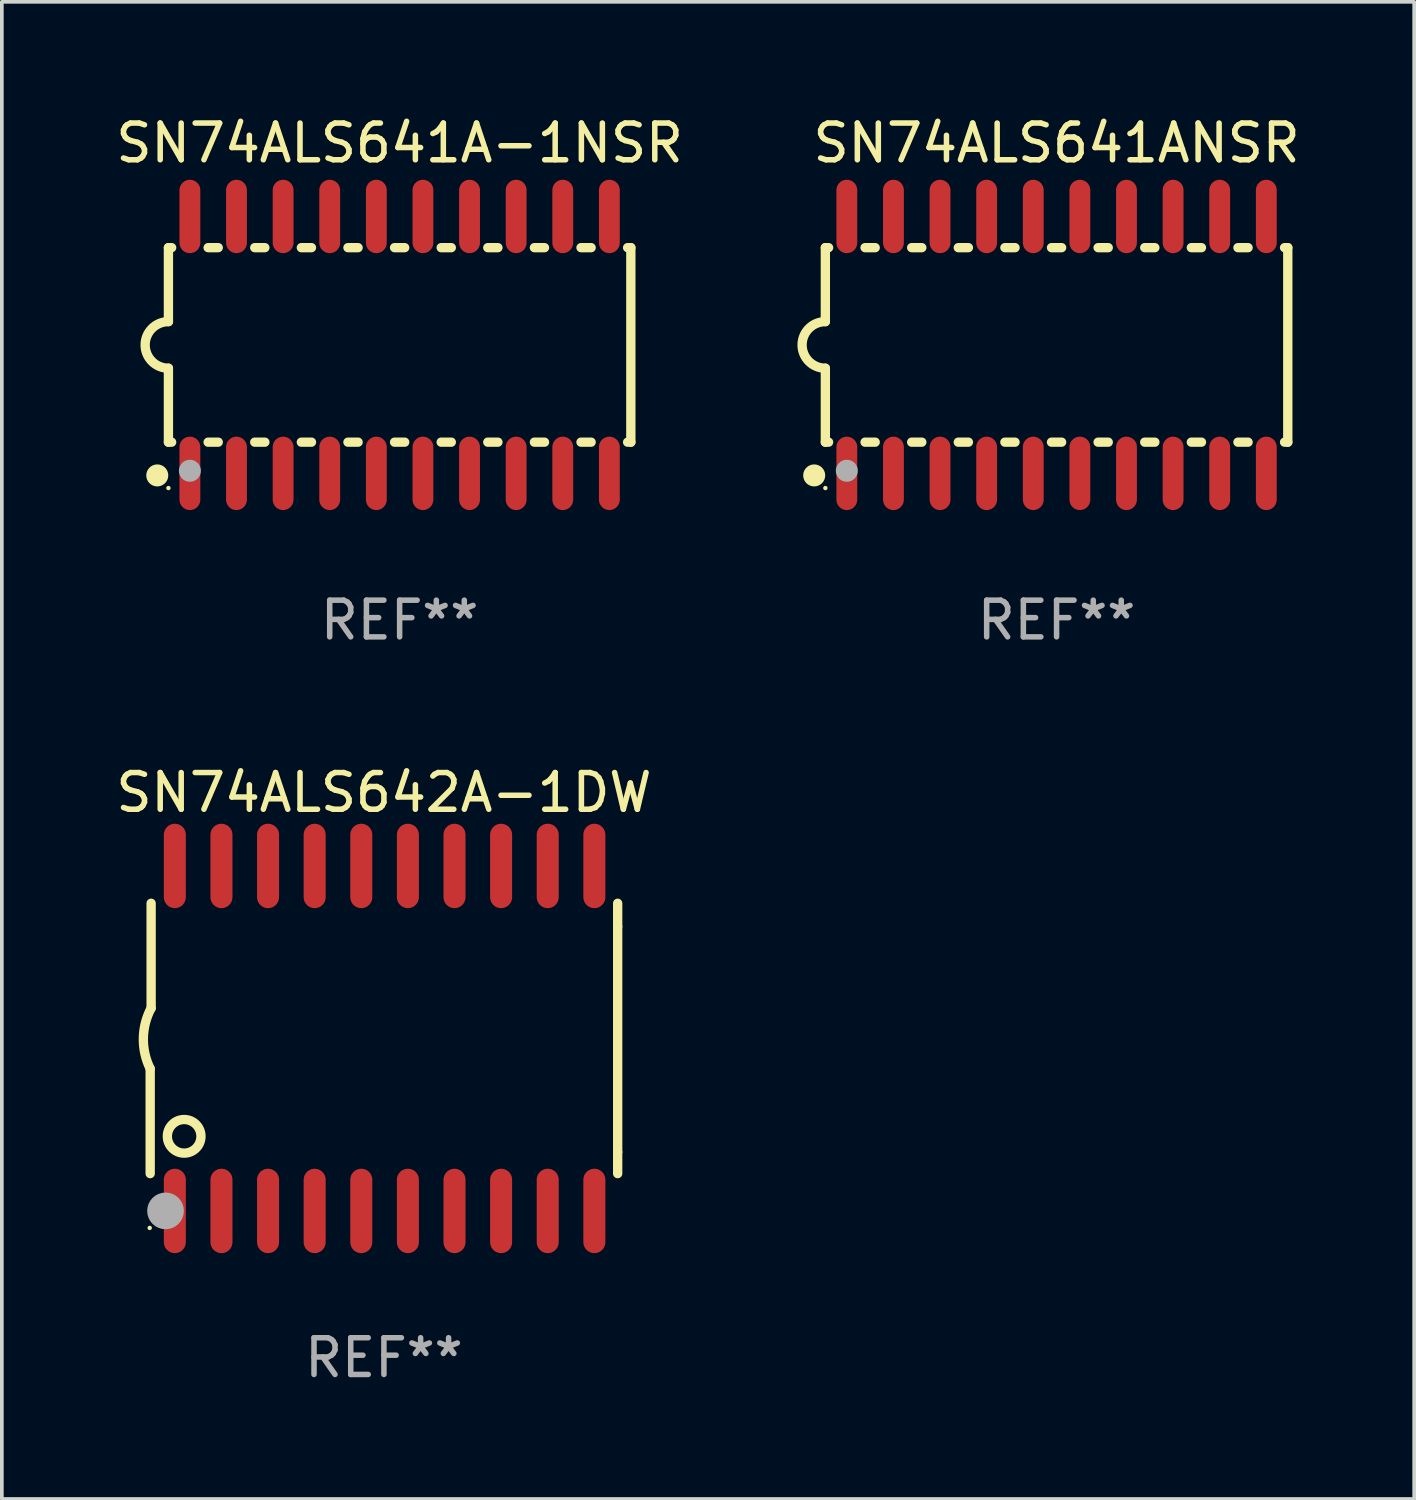
<source format=kicad_pcb>
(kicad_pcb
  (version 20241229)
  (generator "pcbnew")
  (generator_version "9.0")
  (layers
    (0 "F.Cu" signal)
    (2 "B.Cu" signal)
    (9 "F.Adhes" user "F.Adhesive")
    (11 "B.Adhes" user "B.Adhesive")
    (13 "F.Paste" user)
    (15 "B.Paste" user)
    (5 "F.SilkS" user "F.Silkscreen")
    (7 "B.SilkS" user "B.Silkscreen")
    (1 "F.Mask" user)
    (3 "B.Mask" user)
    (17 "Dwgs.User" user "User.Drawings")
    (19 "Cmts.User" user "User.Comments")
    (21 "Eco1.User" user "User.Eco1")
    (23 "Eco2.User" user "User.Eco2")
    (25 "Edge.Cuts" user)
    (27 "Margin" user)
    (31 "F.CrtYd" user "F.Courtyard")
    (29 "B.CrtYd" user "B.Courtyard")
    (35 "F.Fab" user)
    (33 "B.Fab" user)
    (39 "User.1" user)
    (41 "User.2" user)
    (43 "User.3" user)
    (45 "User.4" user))
  (footprint "SN74ALS641A-1NSR"
    (layer "F.Cu")
    (at 7.839 6.348)
    (property "Reference" "SN74ALS641A-1NSR" (at 0 -5.5 0) (layer "F.SilkS") (effects (font (size 1 1) (thickness 0.15))))
    (attr through_hole)
    (fp_line (start -6.3 -2.65) (end -6.3 -0.635) (stroke (width 0.254) (type solid)) (layer "F.SilkS"))
    (fp_line (start -6.3 -2.65) (end -6.212 -2.65) (stroke (width 0.254) (type solid)) (layer "F.SilkS"))
    (fp_line (start -6.3 2.65) (end -6.3 0.635) (stroke (width 0.254) (type solid)) (layer "F.SilkS"))
    (fp_line (start -6.3 2.65) (end -6.212 2.65) (stroke (width 0.254) (type solid)) (layer "F.SilkS"))
    (fp_line (start -5.218 -2.65) (end -4.942 -2.65) (stroke (width 0.254) (type solid)) (layer "F.SilkS"))
    (fp_line (start -5.218 2.65) (end -4.942 2.65) (stroke (width 0.254) (type solid)) (layer "F.SilkS"))
    (fp_line (start -3.948 -2.65) (end -3.672 -2.65) (stroke (width 0.254) (type solid)) (layer "F.SilkS"))
    (fp_line (start -3.948 2.65) (end -3.672 2.65) (stroke (width 0.254) (type solid)) (layer "F.SilkS"))
    (fp_line (start -2.678 -2.65) (end -2.402 -2.65) (stroke (width 0.254) (type solid)) (layer "F.SilkS"))
    (fp_line (start -2.678 2.65) (end -2.402 2.65) (stroke (width 0.254) (type solid)) (layer "F.SilkS"))
    (fp_line (start -1.408 -2.65) (end -1.132 -2.65) (stroke (width 0.254) (type solid)) (layer "F.SilkS"))
    (fp_line (start -1.408 2.65) (end -1.132 2.65) (stroke (width 0.254) (type solid)) (layer "F.SilkS"))
    (fp_line (start -0.138 -2.65) (end 0.138 -2.65) (stroke (width 0.254) (type solid)) (layer "F.SilkS"))
    (fp_line (start -0.138 2.65) (end 0.138 2.65) (stroke (width 0.254) (type solid)) (layer "F.SilkS"))
    (fp_line (start 1.132 -2.65) (end 1.408 -2.65) (stroke (width 0.254) (type solid)) (layer "F.SilkS"))
    (fp_line (start 1.132 2.65) (end 1.408 2.65) (stroke (width 0.254) (type solid)) (layer "F.SilkS"))
    (fp_line (start 2.402 -2.65) (end 2.678 -2.65) (stroke (width 0.254) (type solid)) (layer "F.SilkS"))
    (fp_line (start 2.402 2.65) (end 2.678 2.65) (stroke (width 0.254) (type solid)) (layer "F.SilkS"))
    (fp_line (start 3.672 -2.65) (end 3.948 -2.65) (stroke (width 0.254) (type solid)) (layer "F.SilkS"))
    (fp_line (start 3.672 2.65) (end 3.948 2.65) (stroke (width 0.254) (type solid)) (layer "F.SilkS"))
    (fp_line (start 4.942 -2.65) (end 5.218 -2.65) (stroke (width 0.254) (type solid)) (layer "F.SilkS"))
    (fp_line (start 4.942 2.65) (end 5.218 2.65) (stroke (width 0.254) (type solid)) (layer "F.SilkS"))
    (fp_line (start 6.212 -2.65) (end 6.3 -2.65) (stroke (width 0.254) (type solid)) (layer "F.SilkS"))
    (fp_line (start 6.212 2.65) (end 6.3 2.65) (stroke (width 0.254) (type solid)) (layer "F.SilkS"))
    (fp_line (start 6.3 -2.65) (end 6.3 2.65) (stroke (width 0.254) (type solid)) (layer "F.SilkS"))
    (fp_arc (start -6.299975 0.634874) (mid -6.933579 0.000127) (end -6.299213 -0.633858) (stroke (width 0.254001) (type solid)) (layer "F.SilkS"))
    (fp_circle (center -6.604 3.556) (end -6.454 3.556) (stroke (width 0.3) (type solid)) (fill no) (layer "F.SilkS"))
    (fp_circle (center -6.3 3.9) (end -6.27 3.9) (stroke (width 0.06) (type solid)) (fill no) (layer "F.SilkS"))
    (fp_circle (center -5.715 3.429) (end -5.565 3.429) (stroke (width 0.3) (type solid)) (fill no) (layer "F.Fab"))
    (fp_text user "REF**" (at 0 7.5 0) (layer "F.Fab") (effects (font (size 1 1) (thickness 0.15))))
    (pad "1" smd oval (at -5.715 3.5) (size 0.568 2) (layers "F.Cu" "F.Mask" "F.Paste"))
    (pad "2" smd oval (at -4.445 3.5) (size 0.568 2) (layers "F.Cu" "F.Mask" "F.Paste"))
    (pad "3" smd oval (at -3.175 3.5) (size 0.568 2) (layers "F.Cu" "F.Mask" "F.Paste"))
    (pad "4" smd oval (at -1.905 3.5) (size 0.568 2) (layers "F.Cu" "F.Mask" "F.Paste"))
    (pad "5" smd oval (at -0.635 3.5) (size 0.568 2) (layers "F.Cu" "F.Mask" "F.Paste"))
    (pad "6" smd oval (at 0.635 3.5) (size 0.568 2) (layers "F.Cu" "F.Mask" "F.Paste"))
    (pad "7" smd oval (at 1.905 3.5) (size 0.568 2) (layers "F.Cu" "F.Mask" "F.Paste"))
    (pad "8" smd oval (at 3.175 3.5) (size 0.568 2) (layers "F.Cu" "F.Mask" "F.Paste"))
    (pad "9" smd oval (at 4.445 3.5) (size 0.568 2) (layers "F.Cu" "F.Mask" "F.Paste"))
    (pad "10" smd oval (at 5.715 3.5) (size 0.568 2) (layers "F.Cu" "F.Mask" "F.Paste"))
    (pad "11" smd oval (at 5.715 -3.5) (size 0.568 2) (layers "F.Cu" "F.Mask" "F.Paste"))
    (pad "12" smd oval (at 4.445 -3.5) (size 0.568 2) (layers "F.Cu" "F.Mask" "F.Paste"))
    (pad "13" smd oval (at 3.175 -3.5) (size 0.568 2) (layers "F.Cu" "F.Mask" "F.Paste"))
    (pad "14" smd oval (at 1.905 -3.5) (size 0.568 2) (layers "F.Cu" "F.Mask" "F.Paste"))
    (pad "15" smd oval (at 0.635 -3.5) (size 0.568 2) (layers "F.Cu" "F.Mask" "F.Paste"))
    (pad "16" smd oval (at -0.635 -3.5) (size 0.568 2) (layers "F.Cu" "F.Mask" "F.Paste"))
    (pad "17" smd oval (at -1.905 -3.5) (size 0.568 2) (layers "F.Cu" "F.Mask" "F.Paste"))
    (pad "18" smd oval (at -3.175 -3.5) (size 0.568 2) (layers "F.Cu" "F.Mask" "F.Paste"))
    (pad "19" smd oval (at -4.445 -3.5) (size 0.568 2) (layers "F.Cu" "F.Mask" "F.Paste"))
    (pad "20" smd oval (at -5.715 -3.5) (size 0.568 2) (layers "F.Cu" "F.Mask" "F.Paste")))
  (footprint "SN74ALS641ANSR"
    (layer "F.Cu")
    (at 25.739 6.348)
    (property "Reference" "SN74ALS641ANSR" (at 0 -5.5 0) (layer "F.SilkS") (effects (font (size 1 1) (thickness 0.15))))
    (attr through_hole)
    (fp_line (start -6.3 -2.65) (end -6.3 -0.635) (stroke (width 0.254) (type solid)) (layer "F.SilkS"))
    (fp_line (start -6.3 -2.65) (end -6.212 -2.65) (stroke (width 0.254) (type solid)) (layer "F.SilkS"))
    (fp_line (start -6.3 2.65) (end -6.3 0.635) (stroke (width 0.254) (type solid)) (layer "F.SilkS"))
    (fp_line (start -6.3 2.65) (end -6.212 2.65) (stroke (width 0.254) (type solid)) (layer "F.SilkS"))
    (fp_line (start -5.218 -2.65) (end -4.942 -2.65) (stroke (width 0.254) (type solid)) (layer "F.SilkS"))
    (fp_line (start -5.218 2.65) (end -4.942 2.65) (stroke (width 0.254) (type solid)) (layer "F.SilkS"))
    (fp_line (start -3.948 -2.65) (end -3.672 -2.65) (stroke (width 0.254) (type solid)) (layer "F.SilkS"))
    (fp_line (start -3.948 2.65) (end -3.672 2.65) (stroke (width 0.254) (type solid)) (layer "F.SilkS"))
    (fp_line (start -2.678 -2.65) (end -2.402 -2.65) (stroke (width 0.254) (type solid)) (layer "F.SilkS"))
    (fp_line (start -2.678 2.65) (end -2.402 2.65) (stroke (width 0.254) (type solid)) (layer "F.SilkS"))
    (fp_line (start -1.408 -2.65) (end -1.132 -2.65) (stroke (width 0.254) (type solid)) (layer "F.SilkS"))
    (fp_line (start -1.408 2.65) (end -1.132 2.65) (stroke (width 0.254) (type solid)) (layer "F.SilkS"))
    (fp_line (start -0.138 -2.65) (end 0.138 -2.65) (stroke (width 0.254) (type solid)) (layer "F.SilkS"))
    (fp_line (start -0.138 2.65) (end 0.138 2.65) (stroke (width 0.254) (type solid)) (layer "F.SilkS"))
    (fp_line (start 1.132 -2.65) (end 1.408 -2.65) (stroke (width 0.254) (type solid)) (layer "F.SilkS"))
    (fp_line (start 1.132 2.65) (end 1.408 2.65) (stroke (width 0.254) (type solid)) (layer "F.SilkS"))
    (fp_line (start 2.402 -2.65) (end 2.678 -2.65) (stroke (width 0.254) (type solid)) (layer "F.SilkS"))
    (fp_line (start 2.402 2.65) (end 2.678 2.65) (stroke (width 0.254) (type solid)) (layer "F.SilkS"))
    (fp_line (start 3.672 -2.65) (end 3.948 -2.65) (stroke (width 0.254) (type solid)) (layer "F.SilkS"))
    (fp_line (start 3.672 2.65) (end 3.948 2.65) (stroke (width 0.254) (type solid)) (layer "F.SilkS"))
    (fp_line (start 4.942 -2.65) (end 5.218 -2.65) (stroke (width 0.254) (type solid)) (layer "F.SilkS"))
    (fp_line (start 4.942 2.65) (end 5.218 2.65) (stroke (width 0.254) (type solid)) (layer "F.SilkS"))
    (fp_line (start 6.212 -2.65) (end 6.3 -2.65) (stroke (width 0.254) (type solid)) (layer "F.SilkS"))
    (fp_line (start 6.212 2.65) (end 6.3 2.65) (stroke (width 0.254) (type solid)) (layer "F.SilkS"))
    (fp_line (start 6.3 -2.65) (end 6.3 2.65) (stroke (width 0.254) (type solid)) (layer "F.SilkS"))
    (fp_arc (start -6.299975 0.634874) (mid -6.933579 0.000127) (end -6.299213 -0.633858) (stroke (width 0.254001) (type solid)) (layer "F.SilkS"))
    (fp_circle (center -6.604 3.556) (end -6.454 3.556) (stroke (width 0.3) (type solid)) (fill no) (layer "F.SilkS"))
    (fp_circle (center -6.3 3.9) (end -6.27 3.9) (stroke (width 0.06) (type solid)) (fill no) (layer "F.SilkS"))
    (fp_circle (center -5.715 3.429) (end -5.565 3.429) (stroke (width 0.3) (type solid)) (fill no) (layer "F.Fab"))
    (fp_text user "REF**" (at 0 7.5 0) (layer "F.Fab") (effects (font (size 1 1) (thickness 0.15))))
    (pad "1" smd oval (at -5.715 3.5) (size 0.568 2) (layers "F.Cu" "F.Mask" "F.Paste"))
    (pad "2" smd oval (at -4.445 3.5) (size 0.568 2) (layers "F.Cu" "F.Mask" "F.Paste"))
    (pad "3" smd oval (at -3.175 3.5) (size 0.568 2) (layers "F.Cu" "F.Mask" "F.Paste"))
    (pad "4" smd oval (at -1.905 3.5) (size 0.568 2) (layers "F.Cu" "F.Mask" "F.Paste"))
    (pad "5" smd oval (at -0.635 3.5) (size 0.568 2) (layers "F.Cu" "F.Mask" "F.Paste"))
    (pad "6" smd oval (at 0.635 3.5) (size 0.568 2) (layers "F.Cu" "F.Mask" "F.Paste"))
    (pad "7" smd oval (at 1.905 3.5) (size 0.568 2) (layers "F.Cu" "F.Mask" "F.Paste"))
    (pad "8" smd oval (at 3.175 3.5) (size 0.568 2) (layers "F.Cu" "F.Mask" "F.Paste"))
    (pad "9" smd oval (at 4.445 3.5) (size 0.568 2) (layers "F.Cu" "F.Mask" "F.Paste"))
    (pad "10" smd oval (at 5.715 3.5) (size 0.568 2) (layers "F.Cu" "F.Mask" "F.Paste"))
    (pad "11" smd oval (at 5.715 -3.5) (size 0.568 2) (layers "F.Cu" "F.Mask" "F.Paste"))
    (pad "12" smd oval (at 4.445 -3.5) (size 0.568 2) (layers "F.Cu" "F.Mask" "F.Paste"))
    (pad "13" smd oval (at 3.175 -3.5) (size 0.568 2) (layers "F.Cu" "F.Mask" "F.Paste"))
    (pad "14" smd oval (at 1.905 -3.5) (size 0.568 2) (layers "F.Cu" "F.Mask" "F.Paste"))
    (pad "15" smd oval (at 0.635 -3.5) (size 0.568 2) (layers "F.Cu" "F.Mask" "F.Paste"))
    (pad "16" smd oval (at -0.635 -3.5) (size 0.568 2) (layers "F.Cu" "F.Mask" "F.Paste"))
    (pad "17" smd oval (at -1.905 -3.5) (size 0.568 2) (layers "F.Cu" "F.Mask" "F.Paste"))
    (pad "18" smd oval (at -3.175 -3.5) (size 0.568 2) (layers "F.Cu" "F.Mask" "F.Paste"))
    (pad "19" smd oval (at -4.445 -3.5) (size 0.568 2) (layers "F.Cu" "F.Mask" "F.Paste"))
    (pad "20" smd oval (at -5.715 -3.5) (size 0.568 2) (layers "F.Cu" "F.Mask" "F.Paste")))
  (footprint "SN74ALS642A-1DW"
    (layer "F.Cu")
    (at 7.411 25.245)
    (property "Reference" "SN74ALS642A-1DW" (at 0 -6.7 0) (layer "F.SilkS") (effects (font (size 1 1) (thickness 0.15))))
    (attr through_hole)
    (fp_line (start -6.369 0.826) (end -6.369 3.683) (stroke (width 0.254) (type solid)) (layer "F.SilkS"))
    (fp_line (start -6.343 -0.825) (end -6.343 -3.683) (stroke (width 0.254) (type solid)) (layer "F.SilkS"))
    (fp_line (start 6.369 -3.048) (end 6.369 -3.683) (stroke (width 0.254) (type solid)) (layer "F.SilkS"))
    (fp_line (start 6.369 -3.048) (end 6.369 3.096) (stroke (width 0.254) (type solid)) (layer "F.SilkS"))
    (fp_line (start 6.369 3.096) (end 6.369 3.683) (stroke (width 0.254) (type solid)) (layer "F.SilkS"))
    (fp_arc (start -6.36853 0.825552) (mid -6.554743 -0.00301) (end -6.343129 -0.825451) (stroke (width 0.254001) (type solid)) (layer "F.SilkS"))
    (fp_circle (center -6.382 5.163) (end -6.352 5.163) (stroke (width 0.06) (type solid)) (fill no) (layer "F.SilkS"))
    (fp_circle (center -5.443 2.667) (end -4.985 2.667) (stroke (width 0.254) (type solid)) (fill no) (layer "F.SilkS"))
    (fp_circle (center -5.951 4.699) (end -5.701 4.699) (stroke (width 0.5) (type solid)) (fill no) (layer "F.Fab"))
    (fp_text user "REF**" (at 0 8.7 0) (layer "F.Fab") (effects (font (size 1 1) (thickness 0.15))))
    (pad "1" smd oval (at -5.697 4.7 180) (size 0.6 2.3) (layers "F.Cu" "F.Mask" "F.Paste"))
    (pad "2" smd oval (at -4.427 4.7 180) (size 0.6 2.3) (layers "F.Cu" "F.Mask" "F.Paste"))
    (pad "3" smd oval (at -3.157 4.7 180) (size 0.6 2.3) (layers "F.Cu" "F.Mask" "F.Paste"))
    (pad "4" smd oval (at -1.887 4.7 180) (size 0.6 2.3) (layers "F.Cu" "F.Mask" "F.Paste"))
    (pad "5" smd oval (at -0.617 4.7 180) (size 0.6 2.3) (layers "F.Cu" "F.Mask" "F.Paste"))
    (pad "6" smd oval (at 0.653 4.7 180) (size 0.6 2.3) (layers "F.Cu" "F.Mask" "F.Paste"))
    (pad "7" smd oval (at 1.923 4.7 180) (size 0.6 2.3) (layers "F.Cu" "F.Mask" "F.Paste"))
    (pad "8" smd oval (at 3.193 4.7 180) (size 0.6 2.3) (layers "F.Cu" "F.Mask" "F.Paste"))
    (pad "9" smd oval (at 4.463 4.7 180) (size 0.6 2.3) (layers "F.Cu" "F.Mask" "F.Paste"))
    (pad "10" smd oval (at 5.734 4.7 180) (size 0.6 2.3) (layers "F.Cu" "F.Mask" "F.Paste"))
    (pad "11" smd oval (at 5.734 -4.7 180) (size 0.6 2.3) (layers "F.Cu" "F.Mask" "F.Paste"))
    (pad "12" smd oval (at 4.463 -4.7 180) (size 0.6 2.3) (layers "F.Cu" "F.Mask" "F.Paste"))
    (pad "13" smd oval (at 3.193 -4.7 180) (size 0.6 2.3) (layers "F.Cu" "F.Mask" "F.Paste"))
    (pad "14" smd oval (at 1.923 -4.7 180) (size 0.6 2.3) (layers "F.Cu" "F.Mask" "F.Paste"))
    (pad "15" smd oval (at 0.653 -4.7 180) (size 0.6 2.3) (layers "F.Cu" "F.Mask" "F.Paste"))
    (pad "16" smd oval (at -0.617 -4.7 180) (size 0.6 2.3) (layers "F.Cu" "F.Mask" "F.Paste"))
    (pad "17" smd oval (at -1.887 -4.7 180) (size 0.6 2.3) (layers "F.Cu" "F.Mask" "F.Paste"))
    (pad "18" smd oval (at -3.157 -4.7 180) (size 0.6 2.3) (layers "F.Cu" "F.Mask" "F.Paste"))
    (pad "19" smd oval (at -4.427 -4.7 180) (size 0.6 2.3) (layers "F.Cu" "F.Mask" "F.Paste"))
    (pad "20" smd oval (at -5.697 -4.7 180) (size 0.6 2.3) (layers "F.Cu" "F.Mask" "F.Paste")))
  (gr_rect
    (start -3 -3)
    (end 35.483 37.793)
    (stroke (width 0.1) (type default))
    (fill no)
    (layer "Edge.Cuts")))
</source>
